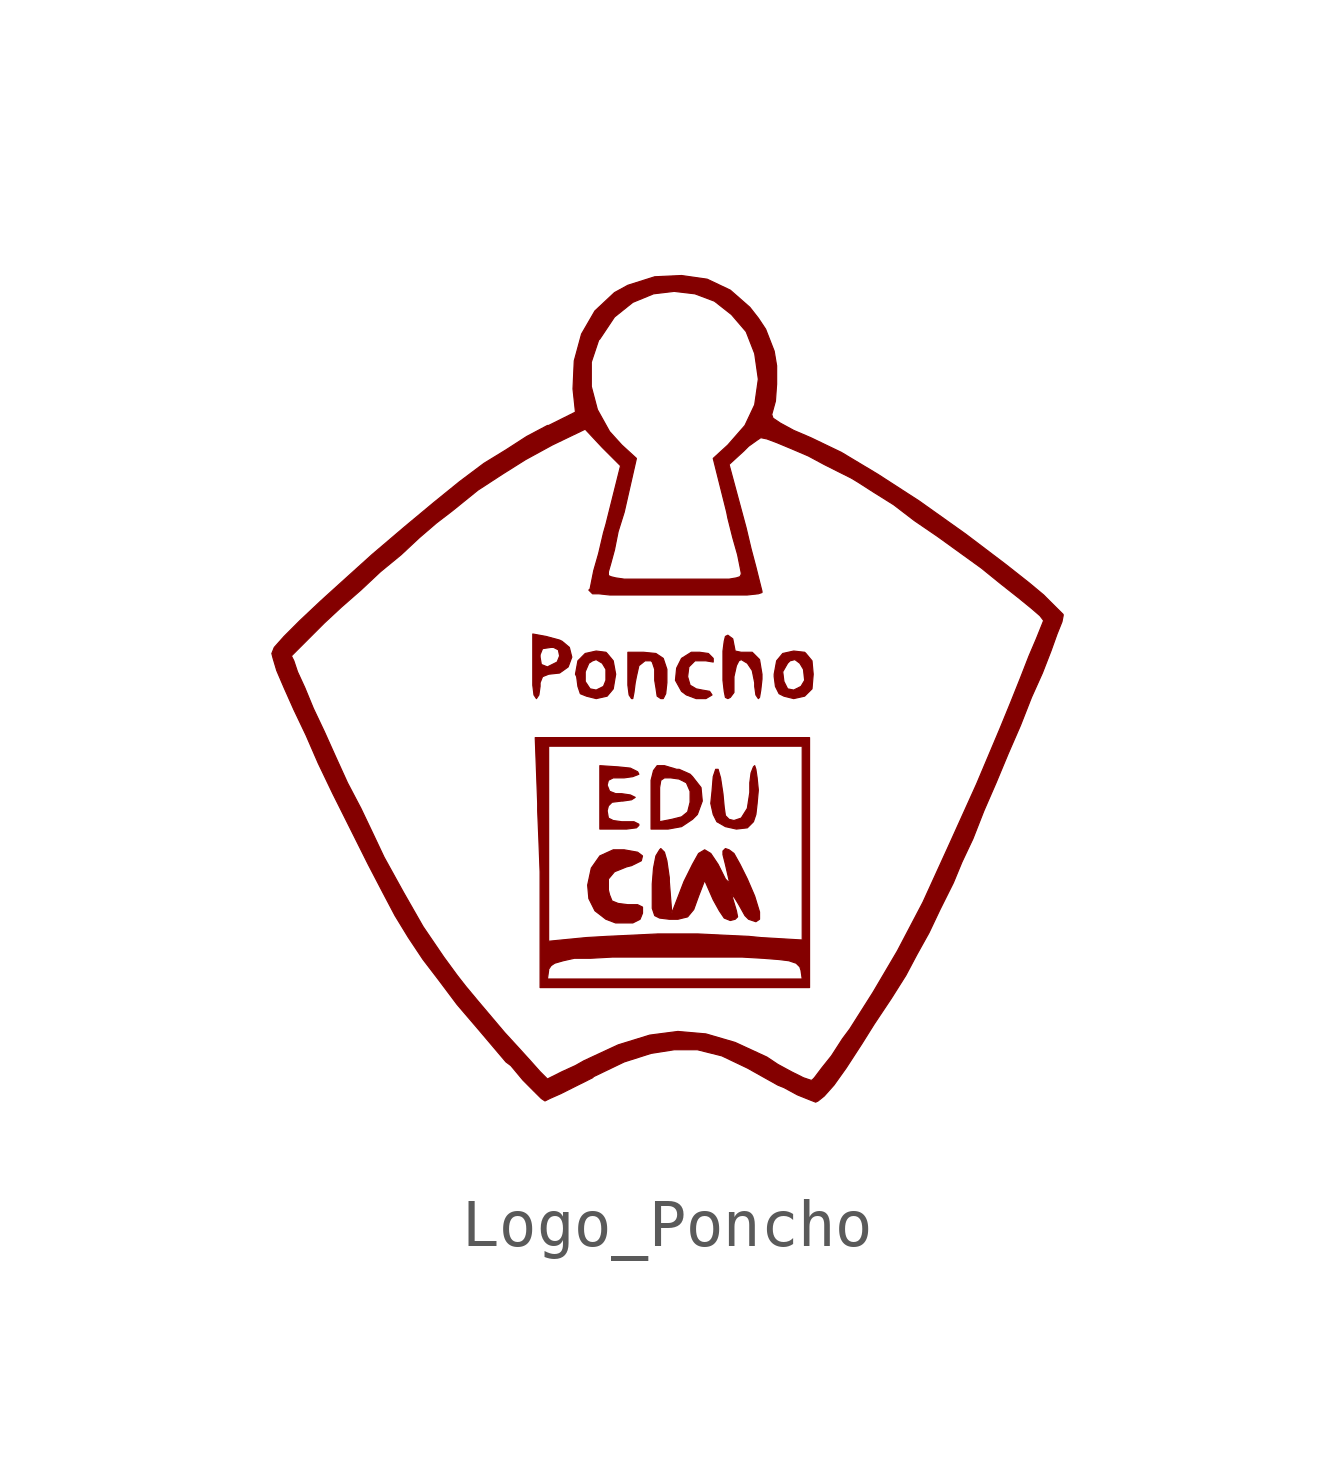
<source format=kicad_sym>
(kicad_symbol_lib
  (version 20211014)
  (generator kicad_symbol_editor)
  (symbol "Logo_Poncho"
    (pin_numbers hide)
    (pin_names
      (offset 0) hide)
    (property "Reference" "#G"
      (at -1.27 -10.16 0)
      (effects (font (size 1.524 1.524)) hide))
    (property "Footprint" ""
      (at 0 0 0)
      (effects (font (size 1.524 1.524))))
    (property "Datasheet" ""
      (at 0 0 0)
      (effects (font (size 1.524 1.524))))
    (symbol "Logo_Poncho_0_0"
      (polyline (pts (xy 0.965 0.584) (xy 0.864 0.686) (xy 0.686 0.711) (xy 0.508 0.711) (xy 0.305 0.584) (xy 0.203 0.381) (xy 0.178 0.127) (xy 0.305 -0.102) (xy 0.406 -0.178) (xy 0.61 -0.254) (xy 0.813 -0.254) (xy 0.94 -0.178) (xy 0.889 -0.102) (xy 0.737 -0.076) (xy 0.61 -0.051) (xy 0.483 0.025) (xy 0.432 0.203) (xy 0.457 0.406) (xy 0.584 0.533) (xy 0.813 0.533) (xy 0.965 0.508) (xy 0.965 0.584) (xy 0.965 0.584)) (stroke (width 0.025) (type default) (color 0 0 0 0)) (fill (type outline)))
      (polyline (pts (xy 0 0.356) (xy -0.076 0.584) (xy -0.229 0.686) (xy -0.483 0.711) (xy -0.813 0.711) (xy -0.813 0.229) (xy -0.813 0.025) (xy -0.787 -0.178) (xy -0.737 -0.254) (xy -0.711 -0.254) (xy -0.686 -0.127) (xy -0.66 0.076) (xy -0.635 0.203) (xy -0.584 0.432) (xy -0.457 0.533) (xy -0.33 0.533) (xy -0.305 0.508) (xy -0.254 0.356) (xy -0.254 0.127) (xy -0.229 -0.025) (xy -0.203 -0.203) (xy -0.127 -0.254) (xy -0.076 -0.254) (xy -0.025 -0.152) (xy 0 0.076) (xy 0 0.356) (xy 0 0.356)) (stroke (width 0.025) (type default) (color 0 0 0 0)) (fill (type outline)))
      (polyline (pts (xy -1.067 0.254) (xy -1.118 0.533) (xy -1.245 0.686) (xy -1.27 0.711) (xy -1.27 0.356) (xy -1.27 0.127) (xy -1.321 0) (xy -1.473 -0.076) (xy -1.6 -0.051) (xy -1.702 0.102) (xy -1.702 0.305) (xy -1.626 0.483) (xy -1.549 0.533) (xy -1.473 0.559) (xy -1.346 0.483) (xy -1.27 0.356) (xy -1.27 0.711) (xy -1.473 0.737) (xy -1.702 0.686) (xy -1.854 0.533) (xy -1.905 0.254) (xy -1.88 0.203) (xy -1.854 0) (xy -1.803 -0.152) (xy -1.676 -0.203) (xy -1.473 -0.254) (xy -1.245 -0.203) (xy -1.118 -0.051) (xy -1.067 0.254) (xy -1.067 0.254)) (stroke (width 0.025) (type default) (color 0 0 0 0)) (fill (type outline)))
      (polyline (pts (xy -0.508 -3.531) (xy -0.61 -3.454) (xy -0.889 -3.404) (xy -1.118 -3.404) (xy -1.397 -3.531) (xy -1.575 -3.785) (xy -1.651 -4.14) (xy -1.626 -4.42) (xy -1.499 -4.674) (xy -1.27 -4.851) (xy -1.067 -4.928) (xy -0.813 -4.928) (xy -0.711 -4.928) (xy -0.559 -4.851) (xy -0.508 -4.724) (xy -0.508 -4.699) (xy -0.508 -4.597) (xy -0.61 -4.547) (xy -0.813 -4.547) (xy -1.016 -4.521) (xy -1.143 -4.47) (xy -1.194 -4.343) (xy -1.219 -4.242) (xy -1.219 -4.013) (xy -1.092 -3.861) (xy -0.838 -3.759) (xy -0.737 -3.734) (xy -0.533 -3.632) (xy -0.508 -3.531) (xy -0.508 -3.531)) (stroke (width 0.025) (type default) (color 0 0 0 0)) (fill (type outline)))
      (polyline (pts (xy 3.048 0.254) (xy 3.023 0.533) (xy 2.896 0.686) (xy 2.87 0.711) (xy 2.87 0.127) (xy 2.794 0) (xy 2.642 -0.076) (xy 2.515 -0.051) (xy 2.438 0.102) (xy 2.413 0.305) (xy 2.515 0.483) (xy 2.565 0.533) (xy 2.667 0.559) (xy 2.769 0.483) (xy 2.845 0.356) (xy 2.87 0.127) (xy 2.87 0.711) (xy 2.642 0.737) (xy 2.413 0.686) (xy 2.286 0.533) (xy 2.235 0.254) (xy 2.235 0.203) (xy 2.261 0) (xy 2.337 -0.152) (xy 2.438 -0.203) (xy 2.642 -0.254) (xy 2.87 -0.203) (xy 3.023 -0.051) (xy 3.048 0.254) (xy 3.048 0.254)) (stroke (width 0.025) (type default) (color 0 0 0 0)) (fill (type outline)))
      (polyline (pts (xy 1.905 -2.159) (xy 1.88 -1.905) (xy 1.854 -1.727) (xy 1.829 -1.651) (xy 1.803 -1.676) (xy 1.753 -1.803) (xy 1.727 -2.007) (xy 1.727 -2.21) (xy 1.676 -2.54) (xy 1.549 -2.743) (xy 1.397 -2.794) (xy 1.295 -2.769) (xy 1.219 -2.692) (xy 1.194 -2.515) (xy 1.168 -2.235) (xy 1.118 -1.905) (xy 1.067 -1.727) (xy 1.016 -1.727) (xy 0.965 -1.88) (xy 0.94 -2.184) (xy 0.914 -2.438) (xy 0.965 -2.667) (xy 1.041 -2.819) (xy 1.219 -2.921) (xy 1.448 -2.972) (xy 1.676 -2.946) (xy 1.803 -2.819) (xy 1.854 -2.667) (xy 1.88 -2.438) (xy 1.905 -2.159) (xy 1.905 -2.159)) (stroke (width 0.025) (type default) (color 0 0 0 0)) (fill (type outline)))
      (polyline (pts (xy -1.981 0.61) (xy -2.032 0.813) (xy -2.184 0.94) (xy -2.235 0.965) (xy -2.235 0.635) (xy -2.286 0.508) (xy -2.438 0.432) (xy -2.489 0.406) (xy -2.616 0.457) (xy -2.642 0.61) (xy -2.642 0.66) (xy -2.591 0.787) (xy -2.413 0.813) (xy -2.362 0.813) (xy -2.261 0.762) (xy -2.235 0.635) (xy -2.235 0.965) (xy -2.515 1.041) (xy -2.794 1.092) (xy -2.794 0.406) (xy -2.794 0.356) (xy -2.794 0.025) (xy -2.769 -0.178) (xy -2.718 -0.254) (xy -2.667 -0.178) (xy -2.642 0) (xy -2.642 0.076) (xy -2.591 0.203) (xy -2.464 0.254) (xy -2.235 0.279) (xy -2.057 0.406) (xy -1.981 0.61) (xy -1.981 0.61)) (stroke (width 0.025) (type default) (color 0 0 0 0)) (fill (type outline)))
      (polyline (pts (xy 0.737 -2.388) (xy 0.711 -2.108) (xy 0.533 -1.88) (xy 0.483 -1.829) (xy 0.483 -2.184) (xy 0.483 -2.413) (xy 0.432 -2.616) (xy 0.305 -2.718) (xy 0.102 -2.769) (xy -0.152 -2.819) (xy -0.152 -2.362) (xy -0.152 -2.108) (xy -0.127 -1.956) (xy -0.051 -1.905) (xy 0.076 -1.905) (xy 0.254 -1.93) (xy 0.406 -2.007) (xy 0.483 -2.184) (xy 0.483 -1.829) (xy 0.254 -1.727) (xy 0.203 -1.727) (xy -0.051 -1.651) (xy -0.203 -1.651) (xy -0.279 -1.753) (xy -0.33 -1.956) (xy -0.33 -2.311) (xy -0.33 -2.972) (xy 0 -2.972) (xy 0.025 -2.972) (xy 0.305 -2.921) (xy 0.533 -2.769) (xy 0.635 -2.667) (xy 0.737 -2.388) (xy 0.737 -2.388)) (stroke (width 0.025) (type default) (color 0 0 0 0)) (fill (type outline)))
      (polyline (pts (xy -0.584 -1.829) (xy -0.61 -1.778) (xy -0.762 -1.702) (xy -1.016 -1.676) (xy -1.397 -1.651) (xy -1.397 -2.311) (xy -1.397 -2.972) (xy -0.991 -2.972) (xy -0.838 -2.972) (xy -0.635 -2.946) (xy -0.584 -2.896) (xy -0.584 -2.87) (xy -0.686 -2.819) (xy -0.914 -2.819) (xy -0.94 -2.819) (xy -1.118 -2.794) (xy -1.219 -2.743) (xy -1.245 -2.591) (xy -1.219 -2.489) (xy -1.143 -2.413) (xy -0.94 -2.388) (xy -0.914 -2.388) (xy -0.737 -2.362) (xy -0.66 -2.311) (xy -0.762 -2.261) (xy -0.94 -2.235) (xy -1.067 -2.235) (xy -1.194 -2.184) (xy -1.245 -2.057) (xy -1.219 -1.956) (xy -1.118 -1.905) (xy -0.889 -1.905) (xy -0.711 -1.88) (xy -0.584 -1.829) (xy -0.584 -1.829)) (stroke (width 0.025) (type default) (color 0 0 0 0)) (fill (type outline)))
      (polyline (pts (xy 1.981 0.254) (xy 1.93 0.559) (xy 1.778 0.711) (xy 1.575 0.711) (xy 1.549 0.711) (xy 1.422 0.737) (xy 1.397 0.864) (xy 1.372 0.991) (xy 1.27 1.067) (xy 1.219 1.041) (xy 1.194 0.94) (xy 1.168 0.737) (xy 1.168 0.406) (xy 1.168 0.127) (xy 1.194 -0.102) (xy 1.219 -0.229) (xy 1.27 -0.254) (xy 1.321 -0.229) (xy 1.397 -0.127) (xy 1.397 0.127) (xy 1.397 0.203) (xy 1.448 0.432) (xy 1.499 0.533) (xy 1.549 0.559) (xy 1.676 0.483) (xy 1.778 0.33) (xy 1.829 0.076) (xy 1.829 0) (xy 1.854 -0.178) (xy 1.905 -0.254) (xy 1.93 -0.229) (xy 1.956 -0.076) (xy 1.981 0.152) (xy 1.981 0.254) (xy 1.981 0.254)) (stroke (width 0.025) (type default) (color 0 0 0 0)) (fill (type outline)))
      (polyline (pts (xy 1.93 -4.699) (xy 1.829 -4.369) (xy 1.676 -4.013) (xy 1.524 -3.708) (xy 1.397 -3.48) (xy 1.295 -3.404) (xy 1.219 -3.378) (xy 1.168 -3.429) (xy 1.168 -3.505) (xy 1.219 -3.708) (xy 1.295 -4.039) (xy 1.295 -4.089) (xy 1.219 -4.013) (xy 1.118 -3.81) (xy 1.067 -3.708) (xy 0.914 -3.48) (xy 0.787 -3.404) (xy 0.66 -3.48) (xy 0.533 -3.708) (xy 0.356 -4.064) (xy 0.102 -4.724) (xy 0.051 -4.064) (xy 0.051 -3.988) (xy 0 -3.632) (xy -0.051 -3.454) (xy -0.127 -3.378) (xy -0.152 -3.404) (xy -0.229 -3.531) (xy -0.279 -3.785) (xy -0.305 -4.115) (xy -0.305 -4.445) (xy -0.305 -4.623) (xy -0.254 -4.775) (xy -0.152 -4.826) (xy 0.051 -4.851) (xy 0.229 -4.851) (xy 0.432 -4.801) (xy 0.559 -4.648) (xy 0.66 -4.369) (xy 0.787 -4.039) (xy 0.965 -4.445) (xy 1.092 -4.674) (xy 1.194 -4.826) (xy 1.321 -4.877) (xy 1.422 -4.851) (xy 1.473 -4.801) (xy 1.448 -4.674) (xy 1.372 -4.42) (xy 1.346 -4.318) (xy 1.422 -4.42) (xy 1.499 -4.547) (xy 1.626 -4.775) (xy 1.702 -4.851) (xy 1.854 -4.902) (xy 1.93 -4.851) (xy 1.93 -4.699) (xy 1.93 -4.699)) (stroke (width 0.025) (type default) (color 0 0 0 0)) (fill (type outline)))
      (polyline (pts (xy 2.972 -1.067) (xy 2.819 -1.067) (xy 2.819 -1.245) (xy 2.819 -3.277) (xy 2.819 -5.283) (xy 2.819 -6.096) (xy 0.178 -6.096) (xy -2.489 -6.096) (xy -2.464 -5.918) (xy -2.464 -5.893) (xy -2.413 -5.817) (xy -2.337 -5.766) (xy -2.159 -5.715) (xy -1.93 -5.664) (xy -1.6 -5.664) (xy -1.143 -5.639) (xy -0.559 -5.639) (xy 0.178 -5.639) (xy 0.33 -5.639) (xy 1.016 -5.639) (xy 1.575 -5.639) (xy 2.007 -5.664) (xy 2.337 -5.69) (xy 2.54 -5.715) (xy 2.692 -5.766) (xy 2.769 -5.842) (xy 2.794 -5.918) (xy 2.819 -6.096) (xy 2.819 -5.283) (xy 1.956 -5.232) (xy 1.702 -5.207) (xy 1.168 -5.182) (xy 0.635 -5.156) (xy 0.127 -5.156) (xy -0.178 -5.156) (xy -0.711 -5.182) (xy -1.245 -5.207) (xy -1.676 -5.232) (xy -2.464 -5.309) (xy -2.464 -3.277) (xy -2.464 -1.245) (xy 0.178 -1.245) (xy 2.819 -1.245) (xy 2.819 -1.067) (xy 0.127 -1.067) (xy -2.743 -1.067) (xy -2.692 -2.438) (xy -2.692 -2.591) (xy -2.667 -3.2) (xy -2.642 -3.861) (xy -2.642 -4.496) (xy -2.642 -5.055) (xy -2.642 -6.274) (xy 0.178 -6.274) (xy 2.972 -6.274) (xy 2.972 -3.683) (xy 2.972 -1.067) (xy 2.972 -1.067)) (stroke (width 0.025) (type default) (color 0 0 0 0)) (fill (type outline)))
      (polyline (pts (xy 8.255 1.499) (xy 8.128 1.626) (xy 7.899 1.854) (xy 7.849 1.905) (xy 7.849 1.372) (xy 7.798 1.245) (xy 7.696 0.991) (xy 7.544 0.635) (xy 7.366 0.178) (xy 7.163 -0.33) (xy 6.934 -0.889) (xy 6.452 -2.032) (xy 5.867 -3.327) (xy 5.334 -4.496) (xy 4.801 -5.512) (xy 4.293 -6.375) (xy 3.81 -7.137) (xy 3.658 -7.341) (xy 3.429 -7.696) (xy 3.226 -7.95) (xy 3.073 -8.153) (xy 3.023 -8.204) (xy 2.997 -8.204) (xy 2.845 -8.153) (xy 2.591 -8.026) (xy 2.311 -7.874) (xy 2.083 -7.722) (xy 1.422 -7.417) (xy 0.813 -7.239) (xy 0.229 -7.188) (xy -0.356 -7.264) (xy -1.016 -7.468) (xy -1.727 -7.798) (xy -1.905 -7.899) (xy -2.184 -8.026) (xy -2.388 -8.128) (xy -2.489 -8.179) (xy -2.515 -8.153) (xy -2.642 -8.026) (xy -2.845 -7.798) (xy -3.099 -7.518) (xy -3.378 -7.214) (xy -3.658 -6.883) (xy -3.937 -6.553) (xy -4.191 -6.248) (xy -4.369 -6.02) (xy -4.648 -5.639) (xy -5.08 -5.004) (xy -5.486 -4.293) (xy -5.893 -3.556) (xy -6.121 -3.073) (xy -6.375 -2.54) (xy -6.655 -2.007) (xy -6.909 -1.448) (xy -7.137 -0.94) (xy -7.366 -0.457) (xy -7.544 -0.025) (xy -7.696 0.305) (xy -7.772 0.533) (xy -7.823 0.635) (xy -7.798 0.66) (xy -7.645 0.813) (xy -7.417 1.041) (xy -7.137 1.321) (xy -6.782 1.651) (xy -6.375 2.007) (xy -5.969 2.388) (xy -5.537 2.743) (xy -5.156 3.099) (xy -4.801 3.404) (xy -4.47 3.658) (xy -3.937 4.089) (xy -3.429 4.42) (xy -2.946 4.724) (xy -2.388 5.029) (xy -1.702 5.359) (xy -1.346 4.978) (xy -0.965 4.597) (xy -1.27 3.378) (xy -1.321 3.2) (xy -1.422 2.769) (xy -1.524 2.413) (xy -1.575 2.159) (xy -1.6 2.032) (xy -1.626 2.007) (xy -1.6 1.981) (xy -1.549 1.93) (xy -1.422 1.93) (xy -1.194 1.905) (xy -0.889 1.905) (xy -0.432 1.905) (xy 0.152 1.905) (xy 0.406 1.905) (xy 0.914 1.905) (xy 1.346 1.905) (xy 1.676 1.905) (xy 1.905 1.93) (xy 1.981 1.956) (xy 1.981 1.981) (xy 1.93 2.184) (xy 1.854 2.489) (xy 1.753 2.87) (xy 1.651 3.302) (xy 1.295 4.623) (xy 1.6 4.902) (xy 1.702 5.004) (xy 1.88 5.131) (xy 1.956 5.182) (xy 2.083 5.156) (xy 2.286 5.08) (xy 2.591 4.953) (xy 2.946 4.801) (xy 3.277 4.623) (xy 3.581 4.47) (xy 3.835 4.343) (xy 3.962 4.267) (xy 4.318 4.039) (xy 4.724 3.785) (xy 5.156 3.454) (xy 5.639 3.124) (xy 6.096 2.794) (xy 6.553 2.464) (xy 6.96 2.134) (xy 7.315 1.854) (xy 7.595 1.626) (xy 7.772 1.473) (xy 7.849 1.372) (xy 7.849 1.905) (xy 7.544 2.159) (xy 7.061 2.54) (xy 6.223 3.175) (xy 5.258 3.861) (xy 4.394 4.42) (xy 3.632 4.877) (xy 2.997 5.182) (xy 2.642 5.334) (xy 2.362 5.486) (xy 2.21 5.588) (xy 2.184 5.664) (xy 2.261 5.944) (xy 2.286 6.299) (xy 2.286 6.68) (xy 2.235 6.985) (xy 2.057 7.442) (xy 1.905 7.671) (xy 1.905 6.401) (xy 1.829 5.867) (xy 1.626 5.436) (xy 1.27 5.029) (xy 0.965 4.75) (xy 1.245 3.632) (xy 1.27 3.505) (xy 1.372 3.099) (xy 1.473 2.743) (xy 1.524 2.489) (xy 1.549 2.362) (xy 1.549 2.337) (xy 1.524 2.286) (xy 1.448 2.261) (xy 1.295 2.235) (xy 1.041 2.235) (xy 0.686 2.235) (xy 0.178 2.235) (xy -0.178 2.235) (xy -0.584 2.235) (xy -0.889 2.235) (xy -1.067 2.261) (xy -1.168 2.286) (xy -1.219 2.311) (xy -1.219 2.362) (xy -1.219 2.388) (xy -1.168 2.565) (xy -1.092 2.845) (xy -1.016 3.226) (xy -0.889 3.632) (xy -0.635 4.75) (xy -0.94 5.029) (xy -1.194 5.309) (xy -1.448 5.766) (xy -1.575 6.248) (xy -1.575 6.756) (xy -1.422 7.214) (xy -1.397 7.239) (xy -1.092 7.696) (xy -0.711 8.001) (xy -0.279 8.179) (xy 0.152 8.23) (xy 0.584 8.179) (xy 0.991 8.026) (xy 1.346 7.747) (xy 1.651 7.391) (xy 1.829 6.934) (xy 1.905 6.401) (xy 1.905 7.671) (xy 1.727 7.899) (xy 1.321 8.255) (xy 0.838 8.484) (xy 0.305 8.56) (xy -0.254 8.534) (xy -0.813 8.357) (xy -1.092 8.204) (xy -1.499 7.823) (xy -1.778 7.341) (xy -1.93 6.782) (xy -1.956 6.198) (xy -1.905 5.715) (xy -2.464 5.436) (xy -2.489 5.436) (xy -2.921 5.207) (xy -3.353 4.928) (xy -3.81 4.648) (xy -4.318 4.267) (xy -4.851 3.835) (xy -5.461 3.327) (xy -6.147 2.743) (xy -6.934 2.032) (xy -7.214 1.778) (xy -7.645 1.372) (xy -7.976 1.041) (xy -8.179 0.813) (xy -8.23 0.686) (xy -8.204 0.584) (xy -8.128 0.33) (xy -7.976 -0.025) (xy -7.772 -0.483) (xy -7.518 -1.016) (xy -7.264 -1.6) (xy -6.96 -2.235) (xy -6.629 -2.896) (xy -6.299 -3.556) (xy -6.223 -3.708) (xy -5.918 -4.293) (xy -5.664 -4.775) (xy -5.385 -5.232) (xy -5.08 -5.69) (xy -4.75 -6.121) (xy -4.369 -6.629) (xy -3.912 -7.163) (xy -3.353 -7.823) (xy -3.251 -7.899) (xy -2.997 -8.204) (xy -2.769 -8.433) (xy -2.616 -8.585) (xy -2.54 -8.636) (xy -2.438 -8.585) (xy -2.21 -8.484) (xy -1.905 -8.331) (xy -1.549 -8.153) (xy -1.524 -8.128) (xy -0.889 -7.823) (xy -0.33 -7.645) (xy 0.152 -7.569) (xy 0.635 -7.569) (xy 1.143 -7.696) (xy 1.676 -7.95) (xy 2.311 -8.306) (xy 2.438 -8.357) (xy 2.718 -8.509) (xy 2.972 -8.611) (xy 3.099 -8.661) (xy 3.15 -8.636) (xy 3.277 -8.534) (xy 3.48 -8.306) (xy 3.734 -7.95) (xy 4.064 -7.442) (xy 4.318 -7.036) (xy 4.674 -6.502) (xy 4.978 -6.02) (xy 5.207 -5.588) (xy 5.461 -5.131) (xy 5.69 -4.648) (xy 5.969 -4.089) (xy 6.147 -3.658) (xy 6.375 -3.175) (xy 6.604 -2.591) (xy 6.858 -2.007) (xy 7.112 -1.397) (xy 7.366 -0.813) (xy 7.595 -0.229) (xy 7.823 0.279) (xy 8.001 0.737) (xy 8.128 1.092) (xy 8.23 1.346) (xy 8.255 1.473) (xy 8.255 1.499) (xy 8.255 1.499)) (stroke (width 0.025) (type default) (color 0 0 0 0)) (fill (type outline))))
    (symbol "Logo_Poncho_1_1"
      (pin no_connect line (at 0 6.35 90) (length 0.508) hide (name "~" (effects (font (size 1.27 1.27)))) (number "~" (effects (font (size 1.27 1.27))))))))
</source>
